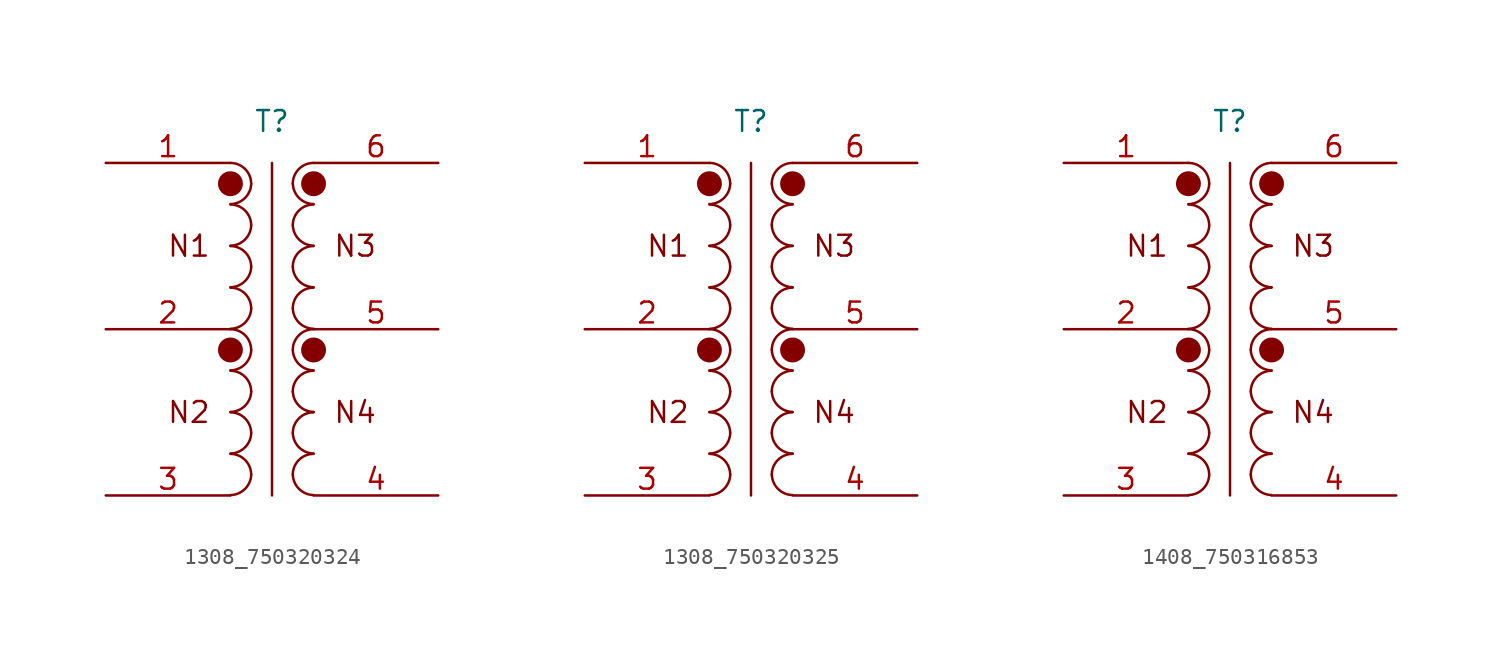
<source format=kicad_sym>
(kicad_symbol_lib
  (version 20220914)
  (generator kicad_symbol_editor)
  (symbol "1308_750320324"
    (pin_names hide)
    (property "Reference" "T"
      (at 0 12.7 0)
      (effects (font (size 1.27 1.27))))
    (property "Critical Parameter" ""
      (at 0 -5.08 0)
      (effects (font (size 1.27 1.27)) (justify left)))
    (symbol "1308_750320324_0_1"
      (arc (start -2.54 -10.1346) (mid -1.6561 -9.7663) (end -1.27 -8.89) (stroke (width 0) (type default)) (fill (type none)))
      (arc (start -2.54 -7.5946) (mid -1.6561 -7.2263) (end -1.27 -6.35) (stroke (width 0) (type default)) (fill (type none)))
      (arc (start -2.54 -5.0546) (mid -1.6561 -4.6863) (end -1.27 -3.81) (stroke (width 0) (type default)) (fill (type none)))
      (arc (start -2.54 -2.5146) (mid -1.6561 -2.1463) (end -1.27 -1.27) (stroke (width 0) (type default)) (fill (type none)))
      (arc (start -2.54 0.0254) (mid -1.6561 0.3937) (end -1.27 1.27) (stroke (width 0) (type default)) (fill (type none)))
      (arc (start -2.54 2.5654) (mid -1.6561 2.9337) (end -1.27 3.81) (stroke (width 0) (type default)) (fill (type none)))
      (arc (start -2.54 5.1054) (mid -1.6561 5.4737) (end -1.27 6.35) (stroke (width 0) (type default)) (fill (type none)))
      (arc (start -2.54 7.6454) (mid -1.6561 8.0137) (end -1.27 8.89) (stroke (width 0) (type default)) (fill (type none)))
      (arc (start -1.27 -8.89) (mid -1.642 -7.992) (end -2.54 -7.62) (stroke (width 0) (type default)) (fill (type none)))
      (arc (start -1.27 -6.35) (mid -1.642 -5.452) (end -2.54 -5.08) (stroke (width 0) (type default)) (fill (type none)))
      (arc (start -1.27 -3.81) (mid -1.642 -2.912) (end -2.54 -2.54) (stroke (width 0) (type default)) (fill (type none)))
      (arc (start -1.27 -1.27) (mid -1.642 -0.372) (end -2.54 0) (stroke (width 0) (type default)) (fill (type none)))
      (arc (start -1.27 1.27) (mid -1.642 2.168) (end -2.54 2.54) (stroke (width 0) (type default)) (fill (type none)))
      (arc (start -1.27 3.81) (mid -1.642 4.708) (end -2.54 5.08) (stroke (width 0) (type default)) (fill (type none)))
      (arc (start -1.27 6.35) (mid -1.642 7.248) (end -2.54 7.62) (stroke (width 0) (type default)) (fill (type none)))
      (arc (start -1.27 8.89) (mid -1.642 9.788) (end -2.54 10.16) (stroke (width 0) (type default)) (fill (type none)))
      (polyline (pts (xy 0 -10.16) (xy 0 10.16)) (stroke (width 0) (type default)) (fill (type none)))
      (arc (start 1.27 -8.89) (mid 1.6561 -9.7663) (end 2.54 -10.1346) (stroke (width 0) (type default)) (fill (type none)))
      (arc (start 1.27 -6.35) (mid 1.6561 -7.2263) (end 2.54 -7.5946) (stroke (width 0) (type default)) (fill (type none)))
      (arc (start 1.27 -3.81) (mid 1.6561 -4.6863) (end 2.54 -5.0546) (stroke (width 0) (type default)) (fill (type none)))
      (arc (start 1.27 -1.27) (mid 1.6561 -2.1463) (end 2.54 -2.5146) (stroke (width 0) (type default)) (fill (type none)))
      (arc (start 1.27 1.27) (mid 1.6561 0.3937) (end 2.54 0.0254) (stroke (width 0) (type default)) (fill (type none)))
      (arc (start 1.27 3.81) (mid 1.6561 2.9337) (end 2.54 2.5654) (stroke (width 0) (type default)) (fill (type none)))
      (arc (start 1.27 6.35) (mid 1.6561 5.4737) (end 2.54 5.1054) (stroke (width 0) (type default)) (fill (type none)))
      (arc (start 1.27 8.89) (mid 1.6561 8.0137) (end 2.54 7.6454) (stroke (width 0) (type default)) (fill (type none)))
      (arc (start 2.54 -7.62) (mid 1.642 -7.992) (end 1.27 -8.89) (stroke (width 0) (type default)) (fill (type none)))
      (arc (start 2.54 -5.08) (mid 1.642 -5.452) (end 1.27 -6.35) (stroke (width 0) (type default)) (fill (type none)))
      (arc (start 2.54 -2.54) (mid 1.642 -2.912) (end 1.27 -3.81) (stroke (width 0) (type default)) (fill (type none)))
      (arc (start 2.54 0) (mid 1.642 -0.372) (end 1.27 -1.27) (stroke (width 0) (type default)) (fill (type none)))
      (arc (start 2.54 2.54) (mid 1.642 2.168) (end 1.27 1.27) (stroke (width 0) (type default)) (fill (type none)))
      (arc (start 2.54 5.08) (mid 1.642 4.708) (end 1.27 3.81) (stroke (width 0) (type default)) (fill (type none)))
      (arc (start 2.54 7.62) (mid 1.642 7.248) (end 1.27 6.35) (stroke (width 0) (type default)) (fill (type none)))
      (arc (start 2.54 10.16) (mid 1.642 9.788) (end 1.27 8.89) (stroke (width 0) (type default)) (fill (type none))))
    (symbol "1308_750320324_1_1"
      (circle (center -2.54 -1.27) (radius 0.0001) (stroke (width 0.762) (type default)) (fill (type none)))
      (circle (center -2.54 8.89) (radius 0.0001) (stroke (width 0.762) (type default)) (fill (type none)))
      (circle (center 2.54 -1.27) (radius 0.0001) (stroke (width 0.762) (type default)) (fill (type none)))
      (circle (center 2.54 8.89) (radius 0.0001) (stroke (width 0.762) (type default)) (fill (type none)))
      (text "N1" (at -5.08 5.08 0) (effects (font (size 1.27 1.27))))
      (text "N2" (at -5.08 -5.08 0) (effects (font (size 1.27 1.27))))
      (text "N3" (at 5.08 5.08 0) (effects (font (size 1.27 1.27))))
      (text "N4" (at 5.08 -5.08 0) (effects (font (size 1.27 1.27))))
      (pin passive line (at -10.16 10.16 0) (length 7.62) (name "1" (effects (font (size 1.27 1.27)))) (number "1" (effects (font (size 1.27 1.27)))))
      (pin passive line (at -10.16 0 0) (length 7.62) (name "2" (effects (font (size 1.27 1.27)))) (number "2" (effects (font (size 1.27 1.27)))))
      (pin passive line (at -10.16 -10.16 0) (length 7.62) (name "3" (effects (font (size 1.27 1.27)))) (number "3" (effects (font (size 1.27 1.27)))))
      (pin passive line (at 10.16 -10.16 180) (length 7.62) (name "4" (effects (font (size 1.27 1.27)))) (number "4" (effects (font (size 1.27 1.27)))))
      (pin passive line (at 10.16 0 180) (length 7.62) (name "5" (effects (font (size 1.27 1.27)))) (number "5" (effects (font (size 1.27 1.27)))))
      (pin passive line (at 10.16 10.16 180) (length 7.62) (name "6" (effects (font (size 1.27 1.27)))) (number "6" (effects (font (size 1.27 1.27)))))))
  (symbol "1308_750320325"
    (pin_names hide)
    (property "Reference" "T"
      (at 0 12.7 0)
      (effects (font (size 1.27 1.27))))
    (property "Critical Parameter" ""
      (at 0 -5.08 0)
      (effects (font (size 1.27 1.27)) (justify left)))
    (symbol "1308_750320325_0_1"
      (arc (start -2.54 -10.1346) (mid -1.6561 -9.7663) (end -1.27 -8.89) (stroke (width 0) (type default)) (fill (type none)))
      (arc (start -2.54 -7.5946) (mid -1.6561 -7.2263) (end -1.27 -6.35) (stroke (width 0) (type default)) (fill (type none)))
      (arc (start -2.54 -5.0546) (mid -1.6561 -4.6863) (end -1.27 -3.81) (stroke (width 0) (type default)) (fill (type none)))
      (arc (start -2.54 -2.5146) (mid -1.6561 -2.1463) (end -1.27 -1.27) (stroke (width 0) (type default)) (fill (type none)))
      (arc (start -2.54 0.0254) (mid -1.6561 0.3937) (end -1.27 1.27) (stroke (width 0) (type default)) (fill (type none)))
      (arc (start -2.54 2.5654) (mid -1.6561 2.9337) (end -1.27 3.81) (stroke (width 0) (type default)) (fill (type none)))
      (arc (start -2.54 5.1054) (mid -1.6561 5.4737) (end -1.27 6.35) (stroke (width 0) (type default)) (fill (type none)))
      (arc (start -2.54 7.6454) (mid -1.6561 8.0137) (end -1.27 8.89) (stroke (width 0) (type default)) (fill (type none)))
      (arc (start -1.27 -8.89) (mid -1.642 -7.992) (end -2.54 -7.62) (stroke (width 0) (type default)) (fill (type none)))
      (arc (start -1.27 -6.35) (mid -1.642 -5.452) (end -2.54 -5.08) (stroke (width 0) (type default)) (fill (type none)))
      (arc (start -1.27 -3.81) (mid -1.642 -2.912) (end -2.54 -2.54) (stroke (width 0) (type default)) (fill (type none)))
      (arc (start -1.27 -1.27) (mid -1.642 -0.372) (end -2.54 0) (stroke (width 0) (type default)) (fill (type none)))
      (arc (start -1.27 1.27) (mid -1.642 2.168) (end -2.54 2.54) (stroke (width 0) (type default)) (fill (type none)))
      (arc (start -1.27 3.81) (mid -1.642 4.708) (end -2.54 5.08) (stroke (width 0) (type default)) (fill (type none)))
      (arc (start -1.27 6.35) (mid -1.642 7.248) (end -2.54 7.62) (stroke (width 0) (type default)) (fill (type none)))
      (arc (start -1.27 8.89) (mid -1.642 9.788) (end -2.54 10.16) (stroke (width 0) (type default)) (fill (type none)))
      (polyline (pts (xy 0 -10.16) (xy 0 10.16)) (stroke (width 0) (type default)) (fill (type none)))
      (arc (start 1.27 -8.89) (mid 1.6561 -9.7663) (end 2.54 -10.1346) (stroke (width 0) (type default)) (fill (type none)))
      (arc (start 1.27 -6.35) (mid 1.6561 -7.2263) (end 2.54 -7.5946) (stroke (width 0) (type default)) (fill (type none)))
      (arc (start 1.27 -3.81) (mid 1.6561 -4.6863) (end 2.54 -5.0546) (stroke (width 0) (type default)) (fill (type none)))
      (arc (start 1.27 -1.27) (mid 1.6561 -2.1463) (end 2.54 -2.5146) (stroke (width 0) (type default)) (fill (type none)))
      (arc (start 1.27 1.27) (mid 1.6561 0.3937) (end 2.54 0.0254) (stroke (width 0) (type default)) (fill (type none)))
      (arc (start 1.27 3.81) (mid 1.6561 2.9337) (end 2.54 2.5654) (stroke (width 0) (type default)) (fill (type none)))
      (arc (start 1.27 6.35) (mid 1.6561 5.4737) (end 2.54 5.1054) (stroke (width 0) (type default)) (fill (type none)))
      (arc (start 1.27 8.89) (mid 1.6561 8.0137) (end 2.54 7.6454) (stroke (width 0) (type default)) (fill (type none)))
      (arc (start 2.54 -7.62) (mid 1.642 -7.992) (end 1.27 -8.89) (stroke (width 0) (type default)) (fill (type none)))
      (arc (start 2.54 -5.08) (mid 1.642 -5.452) (end 1.27 -6.35) (stroke (width 0) (type default)) (fill (type none)))
      (arc (start 2.54 -2.54) (mid 1.642 -2.912) (end 1.27 -3.81) (stroke (width 0) (type default)) (fill (type none)))
      (arc (start 2.54 0) (mid 1.642 -0.372) (end 1.27 -1.27) (stroke (width 0) (type default)) (fill (type none)))
      (arc (start 2.54 2.54) (mid 1.642 2.168) (end 1.27 1.27) (stroke (width 0) (type default)) (fill (type none)))
      (arc (start 2.54 5.08) (mid 1.642 4.708) (end 1.27 3.81) (stroke (width 0) (type default)) (fill (type none)))
      (arc (start 2.54 7.62) (mid 1.642 7.248) (end 1.27 6.35) (stroke (width 0) (type default)) (fill (type none)))
      (arc (start 2.54 10.16) (mid 1.642 9.788) (end 1.27 8.89) (stroke (width 0) (type default)) (fill (type none))))
    (symbol "1308_750320325_1_1"
      (circle (center -2.54 -1.27) (radius 0.0001) (stroke (width 0.762) (type default)) (fill (type none)))
      (circle (center -2.54 8.89) (radius 0.0001) (stroke (width 0.762) (type default)) (fill (type none)))
      (circle (center 2.54 -1.27) (radius 0.0001) (stroke (width 0.762) (type default)) (fill (type none)))
      (circle (center 2.54 8.89) (radius 0.0001) (stroke (width 0.762) (type default)) (fill (type none)))
      (text "N1" (at -5.08 5.08 0) (effects (font (size 1.27 1.27))))
      (text "N2" (at -5.08 -5.08 0) (effects (font (size 1.27 1.27))))
      (text "N3" (at 5.08 5.08 0) (effects (font (size 1.27 1.27))))
      (text "N4" (at 5.08 -5.08 0) (effects (font (size 1.27 1.27))))
      (pin passive line (at -10.16 10.16 0) (length 7.62) (name "1" (effects (font (size 1.27 1.27)))) (number "1" (effects (font (size 1.27 1.27)))))
      (pin passive line (at -10.16 0 0) (length 7.62) (name "2" (effects (font (size 1.27 1.27)))) (number "2" (effects (font (size 1.27 1.27)))))
      (pin passive line (at -10.16 -10.16 0) (length 7.62) (name "3" (effects (font (size 1.27 1.27)))) (number "3" (effects (font (size 1.27 1.27)))))
      (pin passive line (at 10.16 -10.16 180) (length 7.62) (name "4" (effects (font (size 1.27 1.27)))) (number "4" (effects (font (size 1.27 1.27)))))
      (pin passive line (at 10.16 0 180) (length 7.62) (name "5" (effects (font (size 1.27 1.27)))) (number "5" (effects (font (size 1.27 1.27)))))
      (pin passive line (at 10.16 10.16 180) (length 7.62) (name "6" (effects (font (size 1.27 1.27)))) (number "6" (effects (font (size 1.27 1.27)))))))
  (symbol "1408_750316853"
    (pin_names hide)
    (property "Reference" "T"
      (at 0 12.7 0)
      (effects (font (size 1.27 1.27))))
    (property "Critical Parameter" ""
      (at 0 -5.08 0)
      (effects (font (size 1.27 1.27)) (justify left)))
    (symbol "1408_750316853_0_1"
      (arc (start -2.54 -10.1346) (mid -1.6561 -9.7663) (end -1.27 -8.89) (stroke (width 0) (type default)) (fill (type none)))
      (arc (start -2.54 -7.5946) (mid -1.6561 -7.2263) (end -1.27 -6.35) (stroke (width 0) (type default)) (fill (type none)))
      (arc (start -2.54 -5.0546) (mid -1.6561 -4.6863) (end -1.27 -3.81) (stroke (width 0) (type default)) (fill (type none)))
      (arc (start -2.54 -2.5146) (mid -1.6561 -2.1463) (end -1.27 -1.27) (stroke (width 0) (type default)) (fill (type none)))
      (arc (start -2.54 0.0254) (mid -1.6561 0.3937) (end -1.27 1.27) (stroke (width 0) (type default)) (fill (type none)))
      (arc (start -2.54 2.5654) (mid -1.6561 2.9337) (end -1.27 3.81) (stroke (width 0) (type default)) (fill (type none)))
      (arc (start -2.54 5.1054) (mid -1.6561 5.4737) (end -1.27 6.35) (stroke (width 0) (type default)) (fill (type none)))
      (arc (start -2.54 7.6454) (mid -1.6561 8.0137) (end -1.27 8.89) (stroke (width 0) (type default)) (fill (type none)))
      (arc (start -1.27 -8.89) (mid -1.642 -7.992) (end -2.54 -7.62) (stroke (width 0) (type default)) (fill (type none)))
      (arc (start -1.27 -6.35) (mid -1.642 -5.452) (end -2.54 -5.08) (stroke (width 0) (type default)) (fill (type none)))
      (arc (start -1.27 -3.81) (mid -1.642 -2.912) (end -2.54 -2.54) (stroke (width 0) (type default)) (fill (type none)))
      (arc (start -1.27 -1.27) (mid -1.642 -0.372) (end -2.54 0) (stroke (width 0) (type default)) (fill (type none)))
      (arc (start -1.27 1.27) (mid -1.642 2.168) (end -2.54 2.54) (stroke (width 0) (type default)) (fill (type none)))
      (arc (start -1.27 3.81) (mid -1.642 4.708) (end -2.54 5.08) (stroke (width 0) (type default)) (fill (type none)))
      (arc (start -1.27 6.35) (mid -1.642 7.248) (end -2.54 7.62) (stroke (width 0) (type default)) (fill (type none)))
      (arc (start -1.27 8.89) (mid -1.642 9.788) (end -2.54 10.16) (stroke (width 0) (type default)) (fill (type none)))
      (polyline (pts (xy 0 -10.16) (xy 0 10.16)) (stroke (width 0) (type default)) (fill (type none)))
      (arc (start 1.27 -8.89) (mid 1.6561 -9.7663) (end 2.54 -10.1346) (stroke (width 0) (type default)) (fill (type none)))
      (arc (start 1.27 -6.35) (mid 1.6561 -7.2263) (end 2.54 -7.5946) (stroke (width 0) (type default)) (fill (type none)))
      (arc (start 1.27 -3.81) (mid 1.6561 -4.6863) (end 2.54 -5.0546) (stroke (width 0) (type default)) (fill (type none)))
      (arc (start 1.27 -1.27) (mid 1.6561 -2.1463) (end 2.54 -2.5146) (stroke (width 0) (type default)) (fill (type none)))
      (arc (start 1.27 1.27) (mid 1.6561 0.3937) (end 2.54 0.0254) (stroke (width 0) (type default)) (fill (type none)))
      (arc (start 1.27 3.81) (mid 1.6561 2.9337) (end 2.54 2.5654) (stroke (width 0) (type default)) (fill (type none)))
      (arc (start 1.27 6.35) (mid 1.6561 5.4737) (end 2.54 5.1054) (stroke (width 0) (type default)) (fill (type none)))
      (arc (start 1.27 8.89) (mid 1.6561 8.0137) (end 2.54 7.6454) (stroke (width 0) (type default)) (fill (type none)))
      (arc (start 2.54 -7.62) (mid 1.642 -7.992) (end 1.27 -8.89) (stroke (width 0) (type default)) (fill (type none)))
      (arc (start 2.54 -5.08) (mid 1.642 -5.452) (end 1.27 -6.35) (stroke (width 0) (type default)) (fill (type none)))
      (arc (start 2.54 -2.54) (mid 1.642 -2.912) (end 1.27 -3.81) (stroke (width 0) (type default)) (fill (type none)))
      (arc (start 2.54 0) (mid 1.642 -0.372) (end 1.27 -1.27) (stroke (width 0) (type default)) (fill (type none)))
      (arc (start 2.54 2.54) (mid 1.642 2.168) (end 1.27 1.27) (stroke (width 0) (type default)) (fill (type none)))
      (arc (start 2.54 5.08) (mid 1.642 4.708) (end 1.27 3.81) (stroke (width 0) (type default)) (fill (type none)))
      (arc (start 2.54 7.62) (mid 1.642 7.248) (end 1.27 6.35) (stroke (width 0) (type default)) (fill (type none)))
      (arc (start 2.54 10.16) (mid 1.642 9.788) (end 1.27 8.89) (stroke (width 0) (type default)) (fill (type none))))
    (symbol "1408_750316853_1_1"
      (circle (center -2.54 -1.27) (radius 0.0001) (stroke (width 0.762) (type default)) (fill (type none)))
      (circle (center -2.54 8.89) (radius 0.0001) (stroke (width 0.762) (type default)) (fill (type none)))
      (circle (center 2.54 -1.27) (radius 0.0001) (stroke (width 0.762) (type default)) (fill (type none)))
      (circle (center 2.54 8.89) (radius 0.0001) (stroke (width 0.762) (type default)) (fill (type none)))
      (text "N1" (at -5.08 5.08 0) (effects (font (size 1.27 1.27))))
      (text "N2" (at -5.08 -5.08 0) (effects (font (size 1.27 1.27))))
      (text "N3" (at 5.08 5.08 0) (effects (font (size 1.27 1.27))))
      (text "N4" (at 5.08 -5.08 0) (effects (font (size 1.27 1.27))))
      (pin passive line (at -10.16 10.16 0) (length 7.62) (name "1" (effects (font (size 1.27 1.27)))) (number "1" (effects (font (size 1.27 1.27)))))
      (pin passive line (at -10.16 0 0) (length 7.62) (name "2" (effects (font (size 1.27 1.27)))) (number "2" (effects (font (size 1.27 1.27)))))
      (pin passive line (at -10.16 -10.16 0) (length 7.62) (name "3" (effects (font (size 1.27 1.27)))) (number "3" (effects (font (size 1.27 1.27)))))
      (pin passive line (at 10.16 -10.16 180) (length 7.62) (name "4" (effects (font (size 1.27 1.27)))) (number "4" (effects (font (size 1.27 1.27)))))
      (pin passive line (at 10.16 0 180) (length 7.62) (name "5" (effects (font (size 1.27 1.27)))) (number "5" (effects (font (size 1.27 1.27)))))
      (pin passive line (at 10.16 10.16 180) (length 7.62) (name "6" (effects (font (size 1.27 1.27)))) (number "6" (effects (font (size 1.27 1.27))))))))
</source>
